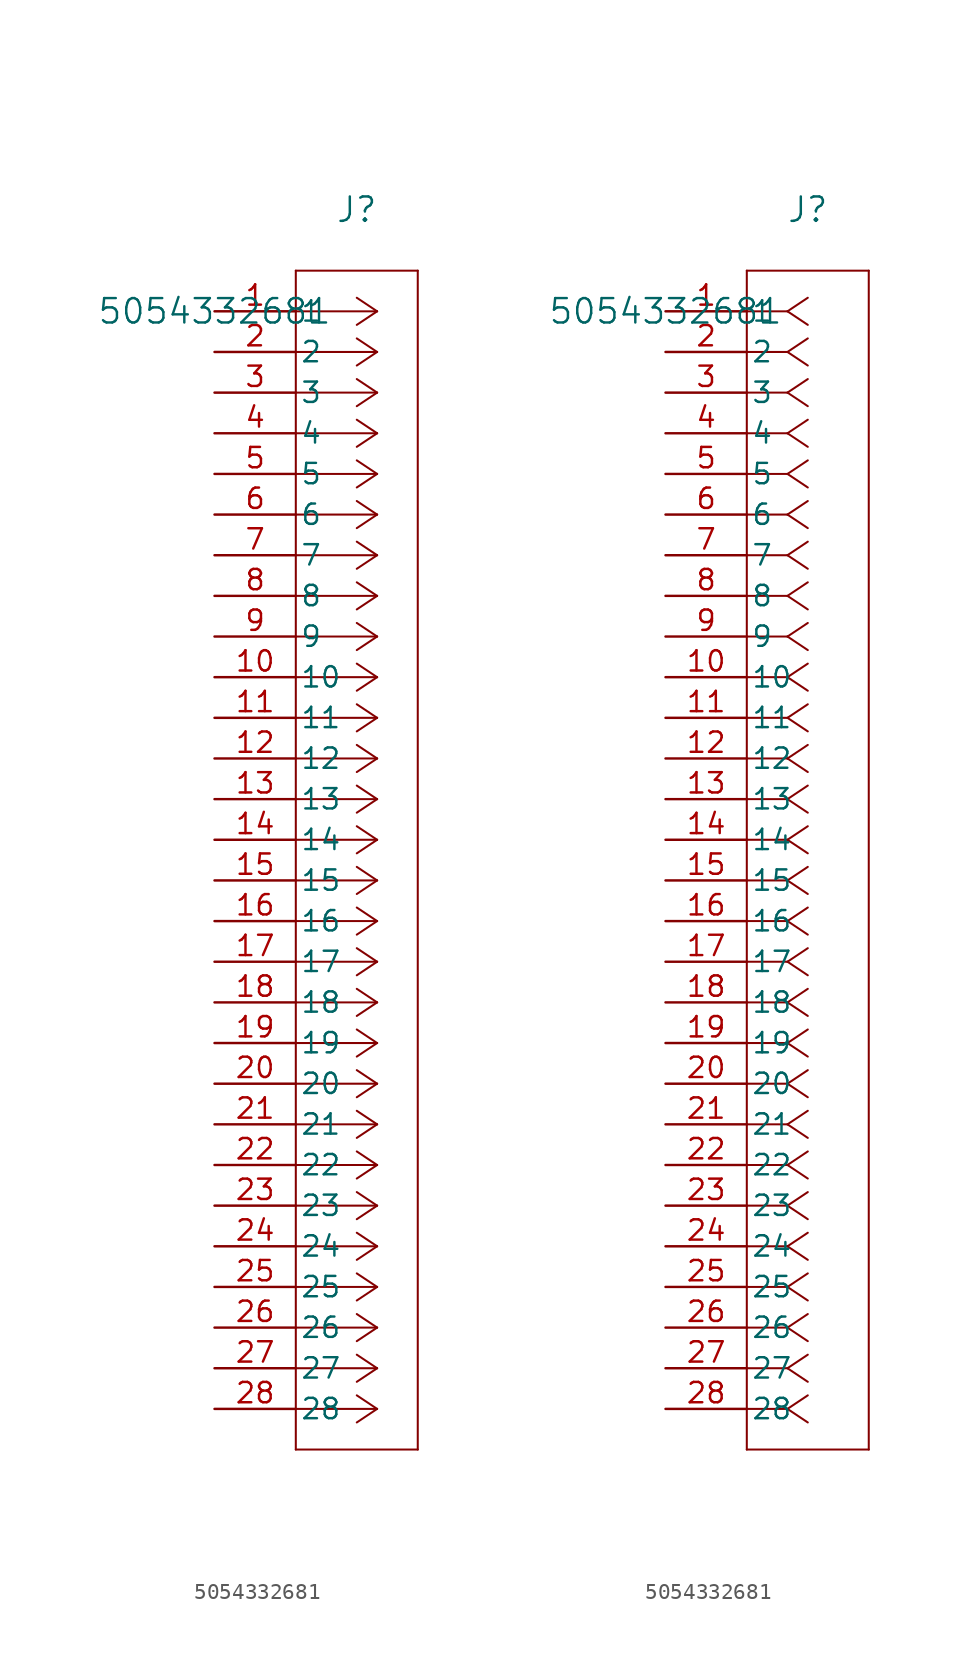
<source format=kicad_sym>
(kicad_symbol_lib
  (version 20211014)
  (generator kicad_symbol_editor)
  (symbol "5054332681"
    (pin_names
      (offset 0.254))
    (property "Reference" "J"
      (at 8.89 6.35 0)
      (effects (font (size 1.524 1.524))))
    (property "Value" "5054332681"
      (at 0 0 0)
      (effects (font (size 1.524 1.524))))
    (symbol "5054332681_1_1"
      (polyline (pts (xy 10.16 0) (xy 5.08 0)) (stroke (width 0.127) (type default) (color 0 0 0 0)) (fill (type none)))
      (polyline (pts (xy 10.16 -2.54) (xy 5.08 -2.54)) (stroke (width 0.127) (type default) (color 0 0 0 0)) (fill (type none)))
      (polyline (pts (xy 10.16 -5.08) (xy 5.08 -5.08)) (stroke (width 0.127) (type default) (color 0 0 0 0)) (fill (type none)))
      (polyline (pts (xy 10.16 -7.62) (xy 5.08 -7.62)) (stroke (width 0.127) (type default) (color 0 0 0 0)) (fill (type none)))
      (polyline (pts (xy 10.16 -10.16) (xy 5.08 -10.16)) (stroke (width 0.127) (type default) (color 0 0 0 0)) (fill (type none)))
      (polyline (pts (xy 10.16 -12.7) (xy 5.08 -12.7)) (stroke (width 0.127) (type default) (color 0 0 0 0)) (fill (type none)))
      (polyline (pts (xy 10.16 -15.24) (xy 5.08 -15.24)) (stroke (width 0.127) (type default) (color 0 0 0 0)) (fill (type none)))
      (polyline (pts (xy 10.16 -17.78) (xy 5.08 -17.78)) (stroke (width 0.127) (type default) (color 0 0 0 0)) (fill (type none)))
      (polyline (pts (xy 10.16 -20.32) (xy 5.08 -20.32)) (stroke (width 0.127) (type default) (color 0 0 0 0)) (fill (type none)))
      (polyline (pts (xy 10.16 -22.86) (xy 5.08 -22.86)) (stroke (width 0.127) (type default) (color 0 0 0 0)) (fill (type none)))
      (polyline (pts (xy 10.16 -25.4) (xy 5.08 -25.4)) (stroke (width 0.127) (type default) (color 0 0 0 0)) (fill (type none)))
      (polyline (pts (xy 10.16 -27.94) (xy 5.08 -27.94)) (stroke (width 0.127) (type default) (color 0 0 0 0)) (fill (type none)))
      (polyline (pts (xy 10.16 -30.48) (xy 5.08 -30.48)) (stroke (width 0.127) (type default) (color 0 0 0 0)) (fill (type none)))
      (polyline (pts (xy 10.16 -33.02) (xy 5.08 -33.02)) (stroke (width 0.127) (type default) (color 0 0 0 0)) (fill (type none)))
      (polyline (pts (xy 10.16 -35.56) (xy 5.08 -35.56)) (stroke (width 0.127) (type default) (color 0 0 0 0)) (fill (type none)))
      (polyline (pts (xy 10.16 -38.1) (xy 5.08 -38.1)) (stroke (width 0.127) (type default) (color 0 0 0 0)) (fill (type none)))
      (polyline (pts (xy 10.16 -40.64) (xy 5.08 -40.64)) (stroke (width 0.127) (type default) (color 0 0 0 0)) (fill (type none)))
      (polyline (pts (xy 10.16 -43.18) (xy 5.08 -43.18)) (stroke (width 0.127) (type default) (color 0 0 0 0)) (fill (type none)))
      (polyline (pts (xy 10.16 -45.72) (xy 5.08 -45.72)) (stroke (width 0.127) (type default) (color 0 0 0 0)) (fill (type none)))
      (polyline (pts (xy 10.16 -48.26) (xy 5.08 -48.26)) (stroke (width 0.127) (type default) (color 0 0 0 0)) (fill (type none)))
      (polyline (pts (xy 10.16 -50.8) (xy 5.08 -50.8)) (stroke (width 0.127) (type default) (color 0 0 0 0)) (fill (type none)))
      (polyline (pts (xy 10.16 -53.34) (xy 5.08 -53.34)) (stroke (width 0.127) (type default) (color 0 0 0 0)) (fill (type none)))
      (polyline (pts (xy 10.16 -55.88) (xy 5.08 -55.88)) (stroke (width 0.127) (type default) (color 0 0 0 0)) (fill (type none)))
      (polyline (pts (xy 10.16 -58.42) (xy 5.08 -58.42)) (stroke (width 0.127) (type default) (color 0 0 0 0)) (fill (type none)))
      (polyline (pts (xy 10.16 -60.96) (xy 5.08 -60.96)) (stroke (width 0.127) (type default) (color 0 0 0 0)) (fill (type none)))
      (polyline (pts (xy 10.16 -63.5) (xy 5.08 -63.5)) (stroke (width 0.127) (type default) (color 0 0 0 0)) (fill (type none)))
      (polyline (pts (xy 10.16 -66.04) (xy 5.08 -66.04)) (stroke (width 0.127) (type default) (color 0 0 0 0)) (fill (type none)))
      (polyline (pts (xy 10.16 -68.58) (xy 5.08 -68.58)) (stroke (width 0.127) (type default) (color 0 0 0 0)) (fill (type none)))
      (polyline (pts (xy 10.16 0) (xy 8.89 0.847)) (stroke (width 0.127) (type default) (color 0 0 0 0)) (fill (type none)))
      (polyline (pts (xy 10.16 -2.54) (xy 8.89 -1.693)) (stroke (width 0.127) (type default) (color 0 0 0 0)) (fill (type none)))
      (polyline (pts (xy 10.16 -5.08) (xy 8.89 -4.233)) (stroke (width 0.127) (type default) (color 0 0 0 0)) (fill (type none)))
      (polyline (pts (xy 10.16 -7.62) (xy 8.89 -6.773)) (stroke (width 0.127) (type default) (color 0 0 0 0)) (fill (type none)))
      (polyline (pts (xy 10.16 -10.16) (xy 8.89 -9.313)) (stroke (width 0.127) (type default) (color 0 0 0 0)) (fill (type none)))
      (polyline (pts (xy 10.16 -12.7) (xy 8.89 -11.853)) (stroke (width 0.127) (type default) (color 0 0 0 0)) (fill (type none)))
      (polyline (pts (xy 10.16 -15.24) (xy 8.89 -14.393)) (stroke (width 0.127) (type default) (color 0 0 0 0)) (fill (type none)))
      (polyline (pts (xy 10.16 -17.78) (xy 8.89 -16.933)) (stroke (width 0.127) (type default) (color 0 0 0 0)) (fill (type none)))
      (polyline (pts (xy 10.16 -20.32) (xy 8.89 -19.473)) (stroke (width 0.127) (type default) (color 0 0 0 0)) (fill (type none)))
      (polyline (pts (xy 10.16 -22.86) (xy 8.89 -22.013)) (stroke (width 0.127) (type default) (color 0 0 0 0)) (fill (type none)))
      (polyline (pts (xy 10.16 -25.4) (xy 8.89 -24.553)) (stroke (width 0.127) (type default) (color 0 0 0 0)) (fill (type none)))
      (polyline (pts (xy 10.16 -27.94) (xy 8.89 -27.093)) (stroke (width 0.127) (type default) (color 0 0 0 0)) (fill (type none)))
      (polyline (pts (xy 10.16 -30.48) (xy 8.89 -29.633)) (stroke (width 0.127) (type default) (color 0 0 0 0)) (fill (type none)))
      (polyline (pts (xy 10.16 -33.02) (xy 8.89 -32.173)) (stroke (width 0.127) (type default) (color 0 0 0 0)) (fill (type none)))
      (polyline (pts (xy 10.16 -35.56) (xy 8.89 -34.713)) (stroke (width 0.127) (type default) (color 0 0 0 0)) (fill (type none)))
      (polyline (pts (xy 10.16 -38.1) (xy 8.89 -37.253)) (stroke (width 0.127) (type default) (color 0 0 0 0)) (fill (type none)))
      (polyline (pts (xy 10.16 -40.64) (xy 8.89 -39.793)) (stroke (width 0.127) (type default) (color 0 0 0 0)) (fill (type none)))
      (polyline (pts (xy 10.16 -43.18) (xy 8.89 -42.333)) (stroke (width 0.127) (type default) (color 0 0 0 0)) (fill (type none)))
      (polyline (pts (xy 10.16 -45.72) (xy 8.89 -44.873)) (stroke (width 0.127) (type default) (color 0 0 0 0)) (fill (type none)))
      (polyline (pts (xy 10.16 -48.26) (xy 8.89 -47.413)) (stroke (width 0.127) (type default) (color 0 0 0 0)) (fill (type none)))
      (polyline (pts (xy 10.16 -50.8) (xy 8.89 -49.953)) (stroke (width 0.127) (type default) (color 0 0 0 0)) (fill (type none)))
      (polyline (pts (xy 10.16 -53.34) (xy 8.89 -52.493)) (stroke (width 0.127) (type default) (color 0 0 0 0)) (fill (type none)))
      (polyline (pts (xy 10.16 -55.88) (xy 8.89 -55.033)) (stroke (width 0.127) (type default) (color 0 0 0 0)) (fill (type none)))
      (polyline (pts (xy 10.16 -58.42) (xy 8.89 -57.573)) (stroke (width 0.127) (type default) (color 0 0 0 0)) (fill (type none)))
      (polyline (pts (xy 10.16 -60.96) (xy 8.89 -60.113)) (stroke (width 0.127) (type default) (color 0 0 0 0)) (fill (type none)))
      (polyline (pts (xy 10.16 -63.5) (xy 8.89 -62.653)) (stroke (width 0.127) (type default) (color 0 0 0 0)) (fill (type none)))
      (polyline (pts (xy 10.16 -66.04) (xy 8.89 -65.193)) (stroke (width 0.127) (type default) (color 0 0 0 0)) (fill (type none)))
      (polyline (pts (xy 10.16 -68.58) (xy 8.89 -67.733)) (stroke (width 0.127) (type default) (color 0 0 0 0)) (fill (type none)))
      (polyline (pts (xy 10.16 0) (xy 8.89 -0.847)) (stroke (width 0.127) (type default) (color 0 0 0 0)) (fill (type none)))
      (polyline (pts (xy 10.16 -2.54) (xy 8.89 -3.387)) (stroke (width 0.127) (type default) (color 0 0 0 0)) (fill (type none)))
      (polyline (pts (xy 10.16 -5.08) (xy 8.89 -5.927)) (stroke (width 0.127) (type default) (color 0 0 0 0)) (fill (type none)))
      (polyline (pts (xy 10.16 -7.62) (xy 8.89 -8.467)) (stroke (width 0.127) (type default) (color 0 0 0 0)) (fill (type none)))
      (polyline (pts (xy 10.16 -10.16) (xy 8.89 -11.007)) (stroke (width 0.127) (type default) (color 0 0 0 0)) (fill (type none)))
      (polyline (pts (xy 10.16 -12.7) (xy 8.89 -13.547)) (stroke (width 0.127) (type default) (color 0 0 0 0)) (fill (type none)))
      (polyline (pts (xy 10.16 -15.24) (xy 8.89 -16.087)) (stroke (width 0.127) (type default) (color 0 0 0 0)) (fill (type none)))
      (polyline (pts (xy 10.16 -17.78) (xy 8.89 -18.627)) (stroke (width 0.127) (type default) (color 0 0 0 0)) (fill (type none)))
      (polyline (pts (xy 10.16 -20.32) (xy 8.89 -21.167)) (stroke (width 0.127) (type default) (color 0 0 0 0)) (fill (type none)))
      (polyline (pts (xy 10.16 -22.86) (xy 8.89 -23.707)) (stroke (width 0.127) (type default) (color 0 0 0 0)) (fill (type none)))
      (polyline (pts (xy 10.16 -25.4) (xy 8.89 -26.247)) (stroke (width 0.127) (type default) (color 0 0 0 0)) (fill (type none)))
      (polyline (pts (xy 10.16 -27.94) (xy 8.89 -28.787)) (stroke (width 0.127) (type default) (color 0 0 0 0)) (fill (type none)))
      (polyline (pts (xy 10.16 -30.48) (xy 8.89 -31.327)) (stroke (width 0.127) (type default) (color 0 0 0 0)) (fill (type none)))
      (polyline (pts (xy 10.16 -33.02) (xy 8.89 -33.867)) (stroke (width 0.127) (type default) (color 0 0 0 0)) (fill (type none)))
      (polyline (pts (xy 10.16 -35.56) (xy 8.89 -36.407)) (stroke (width 0.127) (type default) (color 0 0 0 0)) (fill (type none)))
      (polyline (pts (xy 10.16 -38.1) (xy 8.89 -38.947)) (stroke (width 0.127) (type default) (color 0 0 0 0)) (fill (type none)))
      (polyline (pts (xy 10.16 -40.64) (xy 8.89 -41.487)) (stroke (width 0.127) (type default) (color 0 0 0 0)) (fill (type none)))
      (polyline (pts (xy 10.16 -43.18) (xy 8.89 -44.027)) (stroke (width 0.127) (type default) (color 0 0 0 0)) (fill (type none)))
      (polyline (pts (xy 10.16 -45.72) (xy 8.89 -46.567)) (stroke (width 0.127) (type default) (color 0 0 0 0)) (fill (type none)))
      (polyline (pts (xy 10.16 -48.26) (xy 8.89 -49.107)) (stroke (width 0.127) (type default) (color 0 0 0 0)) (fill (type none)))
      (polyline (pts (xy 10.16 -50.8) (xy 8.89 -51.647)) (stroke (width 0.127) (type default) (color 0 0 0 0)) (fill (type none)))
      (polyline (pts (xy 10.16 -53.34) (xy 8.89 -54.187)) (stroke (width 0.127) (type default) (color 0 0 0 0)) (fill (type none)))
      (polyline (pts (xy 10.16 -55.88) (xy 8.89 -56.727)) (stroke (width 0.127) (type default) (color 0 0 0 0)) (fill (type none)))
      (polyline (pts (xy 10.16 -58.42) (xy 8.89 -59.267)) (stroke (width 0.127) (type default) (color 0 0 0 0)) (fill (type none)))
      (polyline (pts (xy 10.16 -60.96) (xy 8.89 -61.807)) (stroke (width 0.127) (type default) (color 0 0 0 0)) (fill (type none)))
      (polyline (pts (xy 10.16 -63.5) (xy 8.89 -64.347)) (stroke (width 0.127) (type default) (color 0 0 0 0)) (fill (type none)))
      (polyline (pts (xy 10.16 -66.04) (xy 8.89 -66.887)) (stroke (width 0.127) (type default) (color 0 0 0 0)) (fill (type none)))
      (polyline (pts (xy 10.16 -68.58) (xy 8.89 -69.427)) (stroke (width 0.127) (type default) (color 0 0 0 0)) (fill (type none)))
      (polyline (pts (xy 5.08 2.54) (xy 5.08 -71.12)) (stroke (width 0.127) (type default) (color 0 0 0 0)) (fill (type none)))
      (polyline (pts (xy 5.08 -71.12) (xy 12.7 -71.12)) (stroke (width 0.127) (type default) (color 0 0 0 0)) (fill (type none)))
      (polyline (pts (xy 12.7 -71.12) (xy 12.7 2.54)) (stroke (width 0.127) (type default) (color 0 0 0 0)) (fill (type none)))
      (polyline (pts (xy 12.7 2.54) (xy 5.08 2.54)) (stroke (width 0.127) (type default) (color 0 0 0 0)) (fill (type none)))
      (pin unspecified line (at 0 0 0) (length 5.08) (name "1" (effects (font (size 1.27 1.27)))) (number "1" (effects (font (size 1.27 1.27)))))
      (pin unspecified line (at 0 -2.54 0) (length 5.08) (name "2" (effects (font (size 1.27 1.27)))) (number "2" (effects (font (size 1.27 1.27)))))
      (pin unspecified line (at 0 -5.08 0) (length 5.08) (name "3" (effects (font (size 1.27 1.27)))) (number "3" (effects (font (size 1.27 1.27)))))
      (pin unspecified line (at 0 -7.62 0) (length 5.08) (name "4" (effects (font (size 1.27 1.27)))) (number "4" (effects (font (size 1.27 1.27)))))
      (pin unspecified line (at 0 -10.16 0) (length 5.08) (name "5" (effects (font (size 1.27 1.27)))) (number "5" (effects (font (size 1.27 1.27)))))
      (pin unspecified line (at 0 -12.7 0) (length 5.08) (name "6" (effects (font (size 1.27 1.27)))) (number "6" (effects (font (size 1.27 1.27)))))
      (pin unspecified line (at 0 -15.24 0) (length 5.08) (name "7" (effects (font (size 1.27 1.27)))) (number "7" (effects (font (size 1.27 1.27)))))
      (pin unspecified line (at 0 -17.78 0) (length 5.08) (name "8" (effects (font (size 1.27 1.27)))) (number "8" (effects (font (size 1.27 1.27)))))
      (pin unspecified line (at 0 -20.32 0) (length 5.08) (name "9" (effects (font (size 1.27 1.27)))) (number "9" (effects (font (size 1.27 1.27)))))
      (pin unspecified line (at 0 -22.86 0) (length 5.08) (name "10" (effects (font (size 1.27 1.27)))) (number "10" (effects (font (size 1.27 1.27)))))
      (pin unspecified line (at 0 -25.4 0) (length 5.08) (name "11" (effects (font (size 1.27 1.27)))) (number "11" (effects (font (size 1.27 1.27)))))
      (pin unspecified line (at 0 -27.94 0) (length 5.08) (name "12" (effects (font (size 1.27 1.27)))) (number "12" (effects (font (size 1.27 1.27)))))
      (pin unspecified line (at 0 -30.48 0) (length 5.08) (name "13" (effects (font (size 1.27 1.27)))) (number "13" (effects (font (size 1.27 1.27)))))
      (pin unspecified line (at 0 -33.02 0) (length 5.08) (name "14" (effects (font (size 1.27 1.27)))) (number "14" (effects (font (size 1.27 1.27)))))
      (pin unspecified line (at 0 -35.56 0) (length 5.08) (name "15" (effects (font (size 1.27 1.27)))) (number "15" (effects (font (size 1.27 1.27)))))
      (pin unspecified line (at 0 -38.1 0) (length 5.08) (name "16" (effects (font (size 1.27 1.27)))) (number "16" (effects (font (size 1.27 1.27)))))
      (pin unspecified line (at 0 -40.64 0) (length 5.08) (name "17" (effects (font (size 1.27 1.27)))) (number "17" (effects (font (size 1.27 1.27)))))
      (pin unspecified line (at 0 -43.18 0) (length 5.08) (name "18" (effects (font (size 1.27 1.27)))) (number "18" (effects (font (size 1.27 1.27)))))
      (pin unspecified line (at 0 -45.72 0) (length 5.08) (name "19" (effects (font (size 1.27 1.27)))) (number "19" (effects (font (size 1.27 1.27)))))
      (pin unspecified line (at 0 -48.26 0) (length 5.08) (name "20" (effects (font (size 1.27 1.27)))) (number "20" (effects (font (size 1.27 1.27)))))
      (pin unspecified line (at 0 -50.8 0) (length 5.08) (name "21" (effects (font (size 1.27 1.27)))) (number "21" (effects (font (size 1.27 1.27)))))
      (pin unspecified line (at 0 -53.34 0) (length 5.08) (name "22" (effects (font (size 1.27 1.27)))) (number "22" (effects (font (size 1.27 1.27)))))
      (pin unspecified line (at 0 -55.88 0) (length 5.08) (name "23" (effects (font (size 1.27 1.27)))) (number "23" (effects (font (size 1.27 1.27)))))
      (pin unspecified line (at 0 -58.42 0) (length 5.08) (name "24" (effects (font (size 1.27 1.27)))) (number "24" (effects (font (size 1.27 1.27)))))
      (pin unspecified line (at 0 -60.96 0) (length 5.08) (name "25" (effects (font (size 1.27 1.27)))) (number "25" (effects (font (size 1.27 1.27)))))
      (pin unspecified line (at 0 -63.5 0) (length 5.08) (name "26" (effects (font (size 1.27 1.27)))) (number "26" (effects (font (size 1.27 1.27)))))
      (pin unspecified line (at 0 -66.04 0) (length 5.08) (name "27" (effects (font (size 1.27 1.27)))) (number "27" (effects (font (size 1.27 1.27)))))
      (pin unspecified line (at 0 -68.58 0) (length 5.08) (name "28" (effects (font (size 1.27 1.27)))) (number "28" (effects (font (size 1.27 1.27))))))
    (symbol "5054332681_1_2"
      (polyline (pts (xy 7.62 0) (xy 5.08 0)) (stroke (width 0.127) (type default) (color 0 0 0 0)) (fill (type none)))
      (polyline (pts (xy 7.62 -2.54) (xy 5.08 -2.54)) (stroke (width 0.127) (type default) (color 0 0 0 0)) (fill (type none)))
      (polyline (pts (xy 7.62 -5.08) (xy 5.08 -5.08)) (stroke (width 0.127) (type default) (color 0 0 0 0)) (fill (type none)))
      (polyline (pts (xy 7.62 -7.62) (xy 5.08 -7.62)) (stroke (width 0.127) (type default) (color 0 0 0 0)) (fill (type none)))
      (polyline (pts (xy 7.62 -10.16) (xy 5.08 -10.16)) (stroke (width 0.127) (type default) (color 0 0 0 0)) (fill (type none)))
      (polyline (pts (xy 7.62 -12.7) (xy 5.08 -12.7)) (stroke (width 0.127) (type default) (color 0 0 0 0)) (fill (type none)))
      (polyline (pts (xy 7.62 -15.24) (xy 5.08 -15.24)) (stroke (width 0.127) (type default) (color 0 0 0 0)) (fill (type none)))
      (polyline (pts (xy 7.62 -17.78) (xy 5.08 -17.78)) (stroke (width 0.127) (type default) (color 0 0 0 0)) (fill (type none)))
      (polyline (pts (xy 7.62 -20.32) (xy 5.08 -20.32)) (stroke (width 0.127) (type default) (color 0 0 0 0)) (fill (type none)))
      (polyline (pts (xy 7.62 -22.86) (xy 5.08 -22.86)) (stroke (width 0.127) (type default) (color 0 0 0 0)) (fill (type none)))
      (polyline (pts (xy 7.62 -25.4) (xy 5.08 -25.4)) (stroke (width 0.127) (type default) (color 0 0 0 0)) (fill (type none)))
      (polyline (pts (xy 7.62 -27.94) (xy 5.08 -27.94)) (stroke (width 0.127) (type default) (color 0 0 0 0)) (fill (type none)))
      (polyline (pts (xy 7.62 -30.48) (xy 5.08 -30.48)) (stroke (width 0.127) (type default) (color 0 0 0 0)) (fill (type none)))
      (polyline (pts (xy 7.62 -33.02) (xy 5.08 -33.02)) (stroke (width 0.127) (type default) (color 0 0 0 0)) (fill (type none)))
      (polyline (pts (xy 7.62 -35.56) (xy 5.08 -35.56)) (stroke (width 0.127) (type default) (color 0 0 0 0)) (fill (type none)))
      (polyline (pts (xy 7.62 -38.1) (xy 5.08 -38.1)) (stroke (width 0.127) (type default) (color 0 0 0 0)) (fill (type none)))
      (polyline (pts (xy 7.62 -40.64) (xy 5.08 -40.64)) (stroke (width 0.127) (type default) (color 0 0 0 0)) (fill (type none)))
      (polyline (pts (xy 7.62 -43.18) (xy 5.08 -43.18)) (stroke (width 0.127) (type default) (color 0 0 0 0)) (fill (type none)))
      (polyline (pts (xy 7.62 -45.72) (xy 5.08 -45.72)) (stroke (width 0.127) (type default) (color 0 0 0 0)) (fill (type none)))
      (polyline (pts (xy 7.62 -48.26) (xy 5.08 -48.26)) (stroke (width 0.127) (type default) (color 0 0 0 0)) (fill (type none)))
      (polyline (pts (xy 7.62 -50.8) (xy 5.08 -50.8)) (stroke (width 0.127) (type default) (color 0 0 0 0)) (fill (type none)))
      (polyline (pts (xy 7.62 -53.34) (xy 5.08 -53.34)) (stroke (width 0.127) (type default) (color 0 0 0 0)) (fill (type none)))
      (polyline (pts (xy 7.62 -55.88) (xy 5.08 -55.88)) (stroke (width 0.127) (type default) (color 0 0 0 0)) (fill (type none)))
      (polyline (pts (xy 7.62 -58.42) (xy 5.08 -58.42)) (stroke (width 0.127) (type default) (color 0 0 0 0)) (fill (type none)))
      (polyline (pts (xy 7.62 -60.96) (xy 5.08 -60.96)) (stroke (width 0.127) (type default) (color 0 0 0 0)) (fill (type none)))
      (polyline (pts (xy 7.62 -63.5) (xy 5.08 -63.5)) (stroke (width 0.127) (type default) (color 0 0 0 0)) (fill (type none)))
      (polyline (pts (xy 7.62 -66.04) (xy 5.08 -66.04)) (stroke (width 0.127) (type default) (color 0 0 0 0)) (fill (type none)))
      (polyline (pts (xy 7.62 -68.58) (xy 5.08 -68.58)) (stroke (width 0.127) (type default) (color 0 0 0 0)) (fill (type none)))
      (polyline (pts (xy 7.62 0) (xy 8.89 0.847)) (stroke (width 0.127) (type default) (color 0 0 0 0)) (fill (type none)))
      (polyline (pts (xy 7.62 -2.54) (xy 8.89 -1.693)) (stroke (width 0.127) (type default) (color 0 0 0 0)) (fill (type none)))
      (polyline (pts (xy 7.62 -5.08) (xy 8.89 -4.233)) (stroke (width 0.127) (type default) (color 0 0 0 0)) (fill (type none)))
      (polyline (pts (xy 7.62 -7.62) (xy 8.89 -6.773)) (stroke (width 0.127) (type default) (color 0 0 0 0)) (fill (type none)))
      (polyline (pts (xy 7.62 -10.16) (xy 8.89 -9.313)) (stroke (width 0.127) (type default) (color 0 0 0 0)) (fill (type none)))
      (polyline (pts (xy 7.62 -12.7) (xy 8.89 -11.853)) (stroke (width 0.127) (type default) (color 0 0 0 0)) (fill (type none)))
      (polyline (pts (xy 7.62 -15.24) (xy 8.89 -14.393)) (stroke (width 0.127) (type default) (color 0 0 0 0)) (fill (type none)))
      (polyline (pts (xy 7.62 -17.78) (xy 8.89 -16.933)) (stroke (width 0.127) (type default) (color 0 0 0 0)) (fill (type none)))
      (polyline (pts (xy 7.62 -20.32) (xy 8.89 -19.473)) (stroke (width 0.127) (type default) (color 0 0 0 0)) (fill (type none)))
      (polyline (pts (xy 7.62 -22.86) (xy 8.89 -22.013)) (stroke (width 0.127) (type default) (color 0 0 0 0)) (fill (type none)))
      (polyline (pts (xy 7.62 -25.4) (xy 8.89 -24.553)) (stroke (width 0.127) (type default) (color 0 0 0 0)) (fill (type none)))
      (polyline (pts (xy 7.62 -27.94) (xy 8.89 -27.093)) (stroke (width 0.127) (type default) (color 0 0 0 0)) (fill (type none)))
      (polyline (pts (xy 7.62 -30.48) (xy 8.89 -29.633)) (stroke (width 0.127) (type default) (color 0 0 0 0)) (fill (type none)))
      (polyline (pts (xy 7.62 -33.02) (xy 8.89 -32.173)) (stroke (width 0.127) (type default) (color 0 0 0 0)) (fill (type none)))
      (polyline (pts (xy 7.62 -35.56) (xy 8.89 -34.713)) (stroke (width 0.127) (type default) (color 0 0 0 0)) (fill (type none)))
      (polyline (pts (xy 7.62 -38.1) (xy 8.89 -37.253)) (stroke (width 0.127) (type default) (color 0 0 0 0)) (fill (type none)))
      (polyline (pts (xy 7.62 -40.64) (xy 8.89 -39.793)) (stroke (width 0.127) (type default) (color 0 0 0 0)) (fill (type none)))
      (polyline (pts (xy 7.62 -43.18) (xy 8.89 -42.333)) (stroke (width 0.127) (type default) (color 0 0 0 0)) (fill (type none)))
      (polyline (pts (xy 7.62 -45.72) (xy 8.89 -44.873)) (stroke (width 0.127) (type default) (color 0 0 0 0)) (fill (type none)))
      (polyline (pts (xy 7.62 -48.26) (xy 8.89 -47.413)) (stroke (width 0.127) (type default) (color 0 0 0 0)) (fill (type none)))
      (polyline (pts (xy 7.62 -50.8) (xy 8.89 -49.953)) (stroke (width 0.127) (type default) (color 0 0 0 0)) (fill (type none)))
      (polyline (pts (xy 7.62 -53.34) (xy 8.89 -52.493)) (stroke (width 0.127) (type default) (color 0 0 0 0)) (fill (type none)))
      (polyline (pts (xy 7.62 -55.88) (xy 8.89 -55.033)) (stroke (width 0.127) (type default) (color 0 0 0 0)) (fill (type none)))
      (polyline (pts (xy 7.62 -58.42) (xy 8.89 -57.573)) (stroke (width 0.127) (type default) (color 0 0 0 0)) (fill (type none)))
      (polyline (pts (xy 7.62 -60.96) (xy 8.89 -60.113)) (stroke (width 0.127) (type default) (color 0 0 0 0)) (fill (type none)))
      (polyline (pts (xy 7.62 -63.5) (xy 8.89 -62.653)) (stroke (width 0.127) (type default) (color 0 0 0 0)) (fill (type none)))
      (polyline (pts (xy 7.62 -66.04) (xy 8.89 -65.193)) (stroke (width 0.127) (type default) (color 0 0 0 0)) (fill (type none)))
      (polyline (pts (xy 7.62 -68.58) (xy 8.89 -67.733)) (stroke (width 0.127) (type default) (color 0 0 0 0)) (fill (type none)))
      (polyline (pts (xy 7.62 0) (xy 8.89 -0.847)) (stroke (width 0.127) (type default) (color 0 0 0 0)) (fill (type none)))
      (polyline (pts (xy 7.62 -2.54) (xy 8.89 -3.387)) (stroke (width 0.127) (type default) (color 0 0 0 0)) (fill (type none)))
      (polyline (pts (xy 7.62 -5.08) (xy 8.89 -5.927)) (stroke (width 0.127) (type default) (color 0 0 0 0)) (fill (type none)))
      (polyline (pts (xy 7.62 -7.62) (xy 8.89 -8.467)) (stroke (width 0.127) (type default) (color 0 0 0 0)) (fill (type none)))
      (polyline (pts (xy 7.62 -10.16) (xy 8.89 -11.007)) (stroke (width 0.127) (type default) (color 0 0 0 0)) (fill (type none)))
      (polyline (pts (xy 7.62 -12.7) (xy 8.89 -13.547)) (stroke (width 0.127) (type default) (color 0 0 0 0)) (fill (type none)))
      (polyline (pts (xy 7.62 -15.24) (xy 8.89 -16.087)) (stroke (width 0.127) (type default) (color 0 0 0 0)) (fill (type none)))
      (polyline (pts (xy 7.62 -17.78) (xy 8.89 -18.627)) (stroke (width 0.127) (type default) (color 0 0 0 0)) (fill (type none)))
      (polyline (pts (xy 7.62 -20.32) (xy 8.89 -21.167)) (stroke (width 0.127) (type default) (color 0 0 0 0)) (fill (type none)))
      (polyline (pts (xy 7.62 -22.86) (xy 8.89 -23.707)) (stroke (width 0.127) (type default) (color 0 0 0 0)) (fill (type none)))
      (polyline (pts (xy 7.62 -25.4) (xy 8.89 -26.247)) (stroke (width 0.127) (type default) (color 0 0 0 0)) (fill (type none)))
      (polyline (pts (xy 7.62 -27.94) (xy 8.89 -28.787)) (stroke (width 0.127) (type default) (color 0 0 0 0)) (fill (type none)))
      (polyline (pts (xy 7.62 -30.48) (xy 8.89 -31.327)) (stroke (width 0.127) (type default) (color 0 0 0 0)) (fill (type none)))
      (polyline (pts (xy 7.62 -33.02) (xy 8.89 -33.867)) (stroke (width 0.127) (type default) (color 0 0 0 0)) (fill (type none)))
      (polyline (pts (xy 7.62 -35.56) (xy 8.89 -36.407)) (stroke (width 0.127) (type default) (color 0 0 0 0)) (fill (type none)))
      (polyline (pts (xy 7.62 -38.1) (xy 8.89 -38.947)) (stroke (width 0.127) (type default) (color 0 0 0 0)) (fill (type none)))
      (polyline (pts (xy 7.62 -40.64) (xy 8.89 -41.487)) (stroke (width 0.127) (type default) (color 0 0 0 0)) (fill (type none)))
      (polyline (pts (xy 7.62 -43.18) (xy 8.89 -44.027)) (stroke (width 0.127) (type default) (color 0 0 0 0)) (fill (type none)))
      (polyline (pts (xy 7.62 -45.72) (xy 8.89 -46.567)) (stroke (width 0.127) (type default) (color 0 0 0 0)) (fill (type none)))
      (polyline (pts (xy 7.62 -48.26) (xy 8.89 -49.107)) (stroke (width 0.127) (type default) (color 0 0 0 0)) (fill (type none)))
      (polyline (pts (xy 7.62 -50.8) (xy 8.89 -51.647)) (stroke (width 0.127) (type default) (color 0 0 0 0)) (fill (type none)))
      (polyline (pts (xy 7.62 -53.34) (xy 8.89 -54.187)) (stroke (width 0.127) (type default) (color 0 0 0 0)) (fill (type none)))
      (polyline (pts (xy 7.62 -55.88) (xy 8.89 -56.727)) (stroke (width 0.127) (type default) (color 0 0 0 0)) (fill (type none)))
      (polyline (pts (xy 7.62 -58.42) (xy 8.89 -59.267)) (stroke (width 0.127) (type default) (color 0 0 0 0)) (fill (type none)))
      (polyline (pts (xy 7.62 -60.96) (xy 8.89 -61.807)) (stroke (width 0.127) (type default) (color 0 0 0 0)) (fill (type none)))
      (polyline (pts (xy 7.62 -63.5) (xy 8.89 -64.347)) (stroke (width 0.127) (type default) (color 0 0 0 0)) (fill (type none)))
      (polyline (pts (xy 7.62 -66.04) (xy 8.89 -66.887)) (stroke (width 0.127) (type default) (color 0 0 0 0)) (fill (type none)))
      (polyline (pts (xy 7.62 -68.58) (xy 8.89 -69.427)) (stroke (width 0.127) (type default) (color 0 0 0 0)) (fill (type none)))
      (polyline (pts (xy 5.08 2.54) (xy 5.08 -71.12)) (stroke (width 0.127) (type default) (color 0 0 0 0)) (fill (type none)))
      (polyline (pts (xy 5.08 -71.12) (xy 12.7 -71.12)) (stroke (width 0.127) (type default) (color 0 0 0 0)) (fill (type none)))
      (polyline (pts (xy 12.7 -71.12) (xy 12.7 2.54)) (stroke (width 0.127) (type default) (color 0 0 0 0)) (fill (type none)))
      (polyline (pts (xy 12.7 2.54) (xy 5.08 2.54)) (stroke (width 0.127) (type default) (color 0 0 0 0)) (fill (type none)))
      (pin unspecified line (at 0 0 0) (length 5.08) (name "1" (effects (font (size 1.27 1.27)))) (number "1" (effects (font (size 1.27 1.27)))))
      (pin unspecified line (at 0 -2.54 0) (length 5.08) (name "2" (effects (font (size 1.27 1.27)))) (number "2" (effects (font (size 1.27 1.27)))))
      (pin unspecified line (at 0 -5.08 0) (length 5.08) (name "3" (effects (font (size 1.27 1.27)))) (number "3" (effects (font (size 1.27 1.27)))))
      (pin unspecified line (at 0 -7.62 0) (length 5.08) (name "4" (effects (font (size 1.27 1.27)))) (number "4" (effects (font (size 1.27 1.27)))))
      (pin unspecified line (at 0 -10.16 0) (length 5.08) (name "5" (effects (font (size 1.27 1.27)))) (number "5" (effects (font (size 1.27 1.27)))))
      (pin unspecified line (at 0 -12.7 0) (length 5.08) (name "6" (effects (font (size 1.27 1.27)))) (number "6" (effects (font (size 1.27 1.27)))))
      (pin unspecified line (at 0 -15.24 0) (length 5.08) (name "7" (effects (font (size 1.27 1.27)))) (number "7" (effects (font (size 1.27 1.27)))))
      (pin unspecified line (at 0 -17.78 0) (length 5.08) (name "8" (effects (font (size 1.27 1.27)))) (number "8" (effects (font (size 1.27 1.27)))))
      (pin unspecified line (at 0 -20.32 0) (length 5.08) (name "9" (effects (font (size 1.27 1.27)))) (number "9" (effects (font (size 1.27 1.27)))))
      (pin unspecified line (at 0 -22.86 0) (length 5.08) (name "10" (effects (font (size 1.27 1.27)))) (number "10" (effects (font (size 1.27 1.27)))))
      (pin unspecified line (at 0 -25.4 0) (length 5.08) (name "11" (effects (font (size 1.27 1.27)))) (number "11" (effects (font (size 1.27 1.27)))))
      (pin unspecified line (at 0 -27.94 0) (length 5.08) (name "12" (effects (font (size 1.27 1.27)))) (number "12" (effects (font (size 1.27 1.27)))))
      (pin unspecified line (at 0 -30.48 0) (length 5.08) (name "13" (effects (font (size 1.27 1.27)))) (number "13" (effects (font (size 1.27 1.27)))))
      (pin unspecified line (at 0 -33.02 0) (length 5.08) (name "14" (effects (font (size 1.27 1.27)))) (number "14" (effects (font (size 1.27 1.27)))))
      (pin unspecified line (at 0 -35.56 0) (length 5.08) (name "15" (effects (font (size 1.27 1.27)))) (number "15" (effects (font (size 1.27 1.27)))))
      (pin unspecified line (at 0 -38.1 0) (length 5.08) (name "16" (effects (font (size 1.27 1.27)))) (number "16" (effects (font (size 1.27 1.27)))))
      (pin unspecified line (at 0 -40.64 0) (length 5.08) (name "17" (effects (font (size 1.27 1.27)))) (number "17" (effects (font (size 1.27 1.27)))))
      (pin unspecified line (at 0 -43.18 0) (length 5.08) (name "18" (effects (font (size 1.27 1.27)))) (number "18" (effects (font (size 1.27 1.27)))))
      (pin unspecified line (at 0 -45.72 0) (length 5.08) (name "19" (effects (font (size 1.27 1.27)))) (number "19" (effects (font (size 1.27 1.27)))))
      (pin unspecified line (at 0 -48.26 0) (length 5.08) (name "20" (effects (font (size 1.27 1.27)))) (number "20" (effects (font (size 1.27 1.27)))))
      (pin unspecified line (at 0 -50.8 0) (length 5.08) (name "21" (effects (font (size 1.27 1.27)))) (number "21" (effects (font (size 1.27 1.27)))))
      (pin unspecified line (at 0 -53.34 0) (length 5.08) (name "22" (effects (font (size 1.27 1.27)))) (number "22" (effects (font (size 1.27 1.27)))))
      (pin unspecified line (at 0 -55.88 0) (length 5.08) (name "23" (effects (font (size 1.27 1.27)))) (number "23" (effects (font (size 1.27 1.27)))))
      (pin unspecified line (at 0 -58.42 0) (length 5.08) (name "24" (effects (font (size 1.27 1.27)))) (number "24" (effects (font (size 1.27 1.27)))))
      (pin unspecified line (at 0 -60.96 0) (length 5.08) (name "25" (effects (font (size 1.27 1.27)))) (number "25" (effects (font (size 1.27 1.27)))))
      (pin unspecified line (at 0 -63.5 0) (length 5.08) (name "26" (effects (font (size 1.27 1.27)))) (number "26" (effects (font (size 1.27 1.27)))))
      (pin unspecified line (at 0 -66.04 0) (length 5.08) (name "27" (effects (font (size 1.27 1.27)))) (number "27" (effects (font (size 1.27 1.27)))))
      (pin unspecified line (at 0 -68.58 0) (length 5.08) (name "28" (effects (font (size 1.27 1.27)))) (number "28" (effects (font (size 1.27 1.27))))))))
</source>
